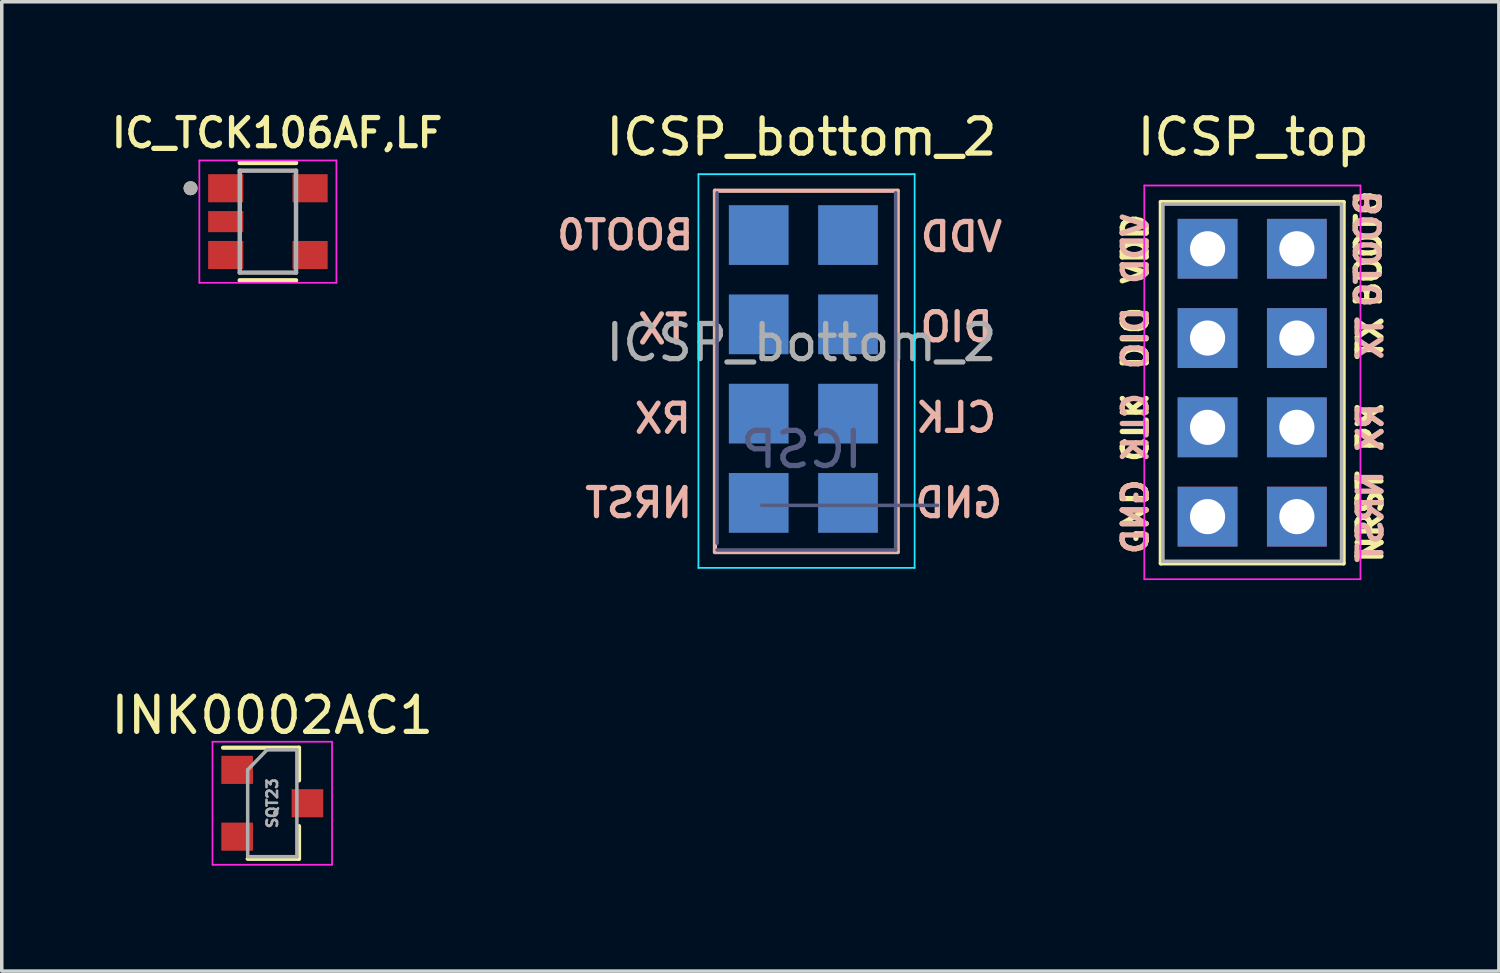
<source format=kicad_pcb>
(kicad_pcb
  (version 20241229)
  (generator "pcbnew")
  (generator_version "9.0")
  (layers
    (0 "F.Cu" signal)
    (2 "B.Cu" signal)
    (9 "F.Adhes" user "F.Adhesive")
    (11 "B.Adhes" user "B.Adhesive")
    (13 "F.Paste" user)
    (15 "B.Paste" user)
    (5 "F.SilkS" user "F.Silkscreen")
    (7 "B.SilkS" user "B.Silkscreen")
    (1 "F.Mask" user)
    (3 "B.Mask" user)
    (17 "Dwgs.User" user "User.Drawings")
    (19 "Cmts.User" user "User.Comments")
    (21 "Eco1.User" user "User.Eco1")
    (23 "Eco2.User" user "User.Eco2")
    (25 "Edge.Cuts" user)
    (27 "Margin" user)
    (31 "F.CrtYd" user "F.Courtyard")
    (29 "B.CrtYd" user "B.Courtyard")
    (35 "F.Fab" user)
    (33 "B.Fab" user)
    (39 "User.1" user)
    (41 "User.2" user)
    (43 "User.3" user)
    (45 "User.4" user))
  (footprint "IC_TCK106AF,LF"
    (layer "F.Cu")
    (at 4.571 3.255)
    (property "Reference" "IC_TCK106AF,LF" (at 0.263 -2.523 0) (layer "F.SilkS") (effects (font (size 0.801 0.801) (thickness 0.15))))
    (attr smd)
    (fp_line (start 0.8 -1.67) (end -0.8 -1.67) (stroke (width 0.127) (type solid)) (layer "F.SilkS"))
    (fp_line (start 0.8 1.67) (end -0.8 1.67) (stroke (width 0.127) (type solid)) (layer "F.SilkS"))
    (fp_circle (center -2.2 -0.95) (end -2.1 -0.95) (stroke (width 0.2) (type solid)) (fill no) (layer "F.SilkS"))
    (fp_line (start -1.95 -1.74) (end 1.95 -1.74) (stroke (width 0.05) (type solid)) (layer "F.CrtYd"))
    (fp_line (start -1.95 1.74) (end -1.95 -1.74) (stroke (width 0.05) (type solid)) (layer "F.CrtYd"))
    (fp_line (start 1.95 -1.74) (end 1.95 1.74) (stroke (width 0.05) (type solid)) (layer "F.CrtYd"))
    (fp_line (start 1.95 1.74) (end -1.95 1.74) (stroke (width 0.05) (type solid)) (layer "F.CrtYd"))
    (fp_line (start -0.8 -1.45) (end 0.8 -1.45) (stroke (width 0.127) (type solid)) (layer "F.Fab"))
    (fp_line (start -0.8 1.45) (end -0.8 -1.45) (stroke (width 0.127) (type solid)) (layer "F.Fab"))
    (fp_line (start 0.8 -1.45) (end 0.8 1.45) (stroke (width 0.127) (type solid)) (layer "F.Fab"))
    (fp_line (start 0.8 1.45) (end -0.8 1.45) (stroke (width 0.127) (type solid)) (layer "F.Fab"))
    (fp_circle (center -2.2 -0.95) (end -2.1 -0.95) (stroke (width 0.2) (type solid)) (fill no) (layer "F.Fab"))
    (pad "1" smd rect (at -1.2 -0.95) (size 1 0.8) (layers "F.Cu" "F.Mask" "F.Paste"))
    (pad "2" smd rect (at -1.2 0) (size 1 0.6) (layers "F.Cu" "F.Mask" "F.Paste"))
    (pad "3" smd rect (at -1.2 0.95) (size 1 0.8) (layers "F.Cu" "F.Mask" "F.Paste"))
    (pad "4" smd rect (at 1.2 0.95) (size 1 0.8) (layers "F.Cu" "F.Mask" "F.Paste"))
    (pad "5" smd rect (at 1.2 -0.95) (size 1 0.8) (layers "F.Cu" "F.Mask" "F.Paste")))
  (footprint "INK0002AC1"
    (layer "F.Cu")
    (at 4.696 19.801)
    (property "Reference" "INK0002AC1" (at 0 -2.5 0) (layer "F.SilkS") (effects (font (size 1 1) (thickness 0.15))))
    (attr smd)
    (fp_line (start 0.76 -1.58) (end -1.4 -1.58) (stroke (width 0.12) (type solid)) (layer "F.SilkS"))
    (fp_line (start 0.76 -1.58) (end 0.76 -0.65) (stroke (width 0.12) (type solid)) (layer "F.SilkS"))
    (fp_line (start 0.76 1.58) (end -0.7 1.58) (stroke (width 0.12) (type solid)) (layer "F.SilkS"))
    (fp_line (start 0.76 1.58) (end 0.76 0.65) (stroke (width 0.12) (type solid)) (layer "F.SilkS"))
    (fp_line (start -1.7 -1.75) (end 1.7 -1.75) (stroke (width 0.05) (type solid)) (layer "F.CrtYd"))
    (fp_line (start -1.7 1.75) (end -1.7 -1.75) (stroke (width 0.05) (type solid)) (layer "F.CrtYd"))
    (fp_line (start 1.7 -1.75) (end 1.7 1.75) (stroke (width 0.05) (type solid)) (layer "F.CrtYd"))
    (fp_line (start 1.7 1.75) (end -1.7 1.75) (stroke (width 0.05) (type solid)) (layer "F.CrtYd"))
    (fp_line (start -0.7 -0.95) (end -0.7 1.5) (stroke (width 0.1) (type solid)) (layer "F.Fab"))
    (fp_line (start -0.7 -0.95) (end -0.15 -1.52) (stroke (width 0.1) (type solid)) (layer "F.Fab"))
    (fp_line (start -0.7 1.52) (end 0.7 1.52) (stroke (width 0.1) (type solid)) (layer "F.Fab"))
    (fp_line (start -0.15 -1.52) (end 0.7 -1.52) (stroke (width 0.1) (type solid)) (layer "F.Fab"))
    (fp_line (start 0.7 -1.52) (end 0.7 1.52) (stroke (width 0.1) (type solid)) (layer "F.Fab"))
    (fp_text user "SQT23" (at 0 0 90) (layer "F.Fab") (effects (font (size 0.3 0.3) (thickness 0.075))))
    (pad "1" smd rect (at -1 -0.95) (size 0.9 0.8) (layers "F.Cu" "F.Mask" "F.Paste"))
    (pad "2" smd rect (at -1 0.95) (size 0.9 0.8) (layers "F.Cu" "F.Mask" "F.Paste"))
    (pad "3" smd rect (at 1 0) (size 0.9 0.8) (layers "F.Cu" "F.Mask" "F.Paste")))
  (footprint "ICSP_bottom_2"
    (layer "F.Cu")
    (at 19.749 7.198)
    (property "Reference" "ICSP_bottom_2" (at 0 -6.35 0) (layer "F.SilkS") (effects (font (size 1 1) (thickness 0.15))))
    (attr through_hole)
    (fp_line (start -2.46 -4.822) (end -2.46 5.457) (stroke (width 0.12) (type solid)) (layer "B.SilkS"))
    (fp_line (start -2.46 -4.822) (end 2.74 -4.822) (stroke (width 0.12) (type solid)) (layer "B.SilkS"))
    (fp_line (start -2.46 5.457) (end 2.74 5.457) (stroke (width 0.12) (type solid)) (layer "B.SilkS"))
    (fp_line (start 2.74 -4.822) (end 2.74 5.457) (stroke (width 0.12) (type solid)) (layer "B.SilkS"))
    (fp_line (start -2.93 -5.293) (end -2.93 5.907) (stroke (width 0.05) (type solid)) (layer "B.CrtYd"))
    (fp_line (start -2.93 5.907) (end 3.22 5.907) (stroke (width 0.05) (type solid)) (layer "B.CrtYd"))
    (fp_line (start 3.22 -5.293) (end -2.93 -5.293) (stroke (width 0.05) (type solid)) (layer "B.CrtYd"))
    (fp_line (start 3.22 5.907) (end 3.22 -5.293) (stroke (width 0.05) (type solid)) (layer "B.CrtYd"))
    (fp_line (start -2.4 5.207) (end -2.4 -4.763) (stroke (width 0.1) (type solid)) (layer "B.Fab"))
    (fp_line (start -1.13 4.128) (end 3.873 4.128) (stroke (width 0.1) (type solid)) (layer "B.Fab"))
    (fp_line (start 2.68 -4.763) (end 2.68 5.397) (stroke (width 0.1) (type solid)) (layer "B.Fab"))
    (fp_line (start 2.68 5.397) (end -2.4 5.397) (stroke (width 0.1) (type solid)) (layer "B.Fab"))
    (fp_text user "RX" (at -3.945 1.659 0) (layer "B.SilkS") (effects (font (size 0.8 0.8) (thickness 0.15)) (justify mirror)))
    (fp_text user "DIO" (at 4.411 -0.945 0) (layer "B.SilkS") (effects (font (size 0.8 0.8) (thickness 0.15)) (justify mirror)))
    (fp_text user "CLK" (at 4.399 1.633 0) (layer "B.SilkS") (effects (font (size 0.8 0.8) (thickness 0.15)) (justify mirror)))
    (fp_text user "BOOT0" (at -5.012 -3.561 0) (layer "B.SilkS") (effects (font (size 0.8 0.8) (thickness 0.15)) (justify mirror)))
    (fp_text user "GND" (at 4.475 4.059 0) (layer "B.SilkS") (effects (font (size 0.8 0.8) (thickness 0.15)) (justify mirror)))
    (fp_text user "VDD" (at 4.551 -3.51 0) (layer "B.SilkS") (effects (font (size 0.8 0.8) (thickness 0.15)) (justify mirror)))
    (fp_text user "NRST" (at -4.631 4.059 0) (layer "B.SilkS") (effects (font (size 0.8 0.8) (thickness 0.15)) (justify mirror)))
    (fp_text user "TX" (at -3.945 -0.881 0) (layer "B.SilkS") (effects (font (size 0.8 0.8) (thickness 0.15)) (justify mirror)))
    (fp_text user "ICSP" (at 0 2.54 0) (layer "B.Fab") (effects (font (size 1 1) (thickness 0.15)) (justify mirror)))
    (fp_text user "ICSP_bottom_2" (at 0 -0.5 0) (layer "F.Fab") (effects (font (size 1 1) (thickness 0.15))))
    (pad "1" connect rect (at 1.325 -3.561) (size 1.7 1.7) (layers "B.Cu" "B.Mask"))
    (pad "2" connect rect (at 1.325 -1.021) (size 1.7 1.7) (layers "B.Cu" "B.Mask"))
    (pad "3" connect rect (at 1.325 1.519) (size 1.7 1.7) (layers "B.Cu" "B.Mask"))
    (pad "4" connect rect (at 1.325 4.059) (size 1.7 1.7) (layers "B.Cu" "B.Mask"))
    (pad "5" connect rect (at -1.215 4.059) (size 1.7 1.7) (layers "B.Cu" "B.Mask"))
    (pad "6" connect rect (at -1.215 1.519) (size 1.7 1.7) (layers "B.Cu" "B.Mask"))
    (pad "7" connect rect (at -1.215 -1.021) (size 1.7 1.7) (layers "B.Cu" "B.Mask"))
    (pad "8" connect rect (at -1.215 -3.561) (size 1.7 1.7) (layers "B.Cu" "B.Mask")))
  (footprint "ICSP_top"
    (layer "F.Cu")
    (at 32.602 7.46)
    (property "Reference" "ICSP_top" (at 0 -6.612 0) (layer "F.SilkS") (effects (font (size 1 1) (thickness 0.15))))
    (attr through_hole)
    (fp_line (start -2.629 -4.763) (end -2.629 5.517) (stroke (width 0.12) (type solid)) (layer "F.SilkS"))
    (fp_line (start -2.629 -4.763) (end 2.571 -4.763) (stroke (width 0.12) (type solid)) (layer "F.SilkS"))
    (fp_line (start -2.629 5.517) (end 2.571 5.517) (stroke (width 0.12) (type solid)) (layer "F.SilkS"))
    (fp_line (start 2.571 -4.763) (end 2.571 5.517) (stroke (width 0.12) (type solid)) (layer "F.SilkS"))
    (fp_line (start -3.099 -5.233) (end -3.099 5.967) (stroke (width 0.05) (type solid)) (layer "F.CrtYd"))
    (fp_line (start -3.099 5.967) (end 3.051 5.967) (stroke (width 0.05) (type solid)) (layer "F.CrtYd"))
    (fp_line (start 3.051 -5.233) (end -3.099 -5.233) (stroke (width 0.05) (type solid)) (layer "F.CrtYd"))
    (fp_line (start 3.051 5.967) (end 3.051 -5.233) (stroke (width 0.05) (type solid)) (layer "F.CrtYd"))
    (fp_line (start -2.569 5.457) (end -2.569 -4.703) (stroke (width 0.1) (type solid)) (layer "F.Fab"))
    (fp_line (start 2.511 -4.703) (end -2.569 -4.703) (stroke (width 0.1) (type solid)) (layer "F.Fab"))
    (fp_line (start 2.511 -4.703) (end 2.511 5.457) (stroke (width 0.1) (type solid)) (layer "F.Fab"))
    (fp_line (start 2.511 5.457) (end -2.569 5.457) (stroke (width 0.1) (type solid)) (layer "F.Fab"))
    (fp_text user "RX" (at 3.327 1.651 90) (layer "F.SilkS") (effects (font (size 0.68 0.68) (thickness 0.15))))
    (fp_text user "TX" (at 3.327 -0.889 90) (layer "F.SilkS") (effects (font (size 0.68 0.68) (thickness 0.15))))
    (fp_text user "GND" (at -3.353 4.191 270) (layer "F.SilkS") (effects (font (size 0.68 0.68) (thickness 0.15))))
    (fp_text user "CLK" (at -3.353 1.651 270) (layer "F.SilkS") (effects (font (size 0.68 0.68) (thickness 0.15))))
    (fp_text user "DIO" (at -3.353 -0.889 270) (layer "F.SilkS") (effects (font (size 0.68 0.68) (thickness 0.15))))
    (fp_text user "NRST" (at 3.327 4.191 90) (layer "F.SilkS") (effects (font (size 0.68 0.68) (thickness 0.15))))
    (fp_text user "BOOT0" (at 3.277 -3.429 90) (layer "F.SilkS") (effects (font (size 0.68 0.68) (thickness 0.15))))
    (fp_text user "VDD" (at -3.353 -3.429 270) (layer "F.SilkS") (effects (font (size 0.68 0.68) (thickness 0.15))))
    (fp_text user "VDD" (at -3.353 -3.429 270) (layer "B.SilkS") (effects (font (size 0.68 0.68) (thickness 0.15)) (justify mirror)))
    (fp_text user "TX" (at 3.327 -0.889 90) (layer "B.SilkS") (effects (font (size 0.68 0.68) (thickness 0.15)) (justify mirror)))
    (fp_text user "DIO" (at -3.353 -0.889 270) (layer "B.SilkS") (effects (font (size 0.68 0.68) (thickness 0.15)) (justify mirror)))
    (fp_text user "RX" (at 3.327 1.651 90) (layer "B.SilkS") (effects (font (size 0.68 0.68) (thickness 0.15)) (justify mirror)))
    (fp_text user "CLK" (at -3.353 1.651 270) (layer "B.SilkS") (effects (font (size 0.68 0.68) (thickness 0.15)) (justify mirror)))
    (fp_text user "BOOT0" (at 3.277 -3.429 90) (layer "B.SilkS") (effects (font (size 0.68 0.68) (thickness 0.15)) (justify mirror)))
    (fp_text user "NRST" (at 3.327 4.191 90) (layer "B.SilkS") (effects (font (size 0.68 0.68) (thickness 0.15)) (justify mirror)))
    (fp_text user "GND" (at -3.353 4.191 270) (layer "B.SilkS") (effects (font (size 0.68 0.68) (thickness 0.15)) (justify mirror)))
    (pad "1" thru_hole rect (at -1.299 -3.433) (size 1.7 1.7) (drill 1) (layers "*.Cu" "*.Mask"))
    (pad "2" thru_hole rect (at -1.299 -0.893) (size 1.7 1.7) (drill 1) (layers "*.Cu" "*.Mask"))
    (pad "3" thru_hole rect (at -1.299 1.647) (size 1.7 1.7) (drill 1) (layers "*.Cu" "*.Mask"))
    (pad "4" thru_hole rect (at -1.299 4.187) (size 1.7 1.7) (drill 1) (layers "*.Cu" "*.Mask"))
    (pad "5" thru_hole rect (at 1.241 4.187) (size 1.7 1.7) (drill 1) (layers "*.Cu" "*.Mask"))
    (pad "6" thru_hole rect (at 1.241 1.647) (size 1.7 1.7) (drill 1) (layers "*.Cu" "*.Mask"))
    (pad "7" thru_hole rect (at 1.241 -0.893) (size 1.7 1.7) (drill 1) (layers "*.Cu" "*.Mask"))
    (pad "8" thru_hole rect (at 1.241 -3.433) (size 1.7 1.7) (drill 1) (layers "*.Cu" "*.Mask")))
  (gr_rect
    (start -3 -3)
    (end 39.59 24.576)
    (stroke (width 0.1) (type default))
    (fill no)
    (layer "Edge.Cuts")))
</source>
